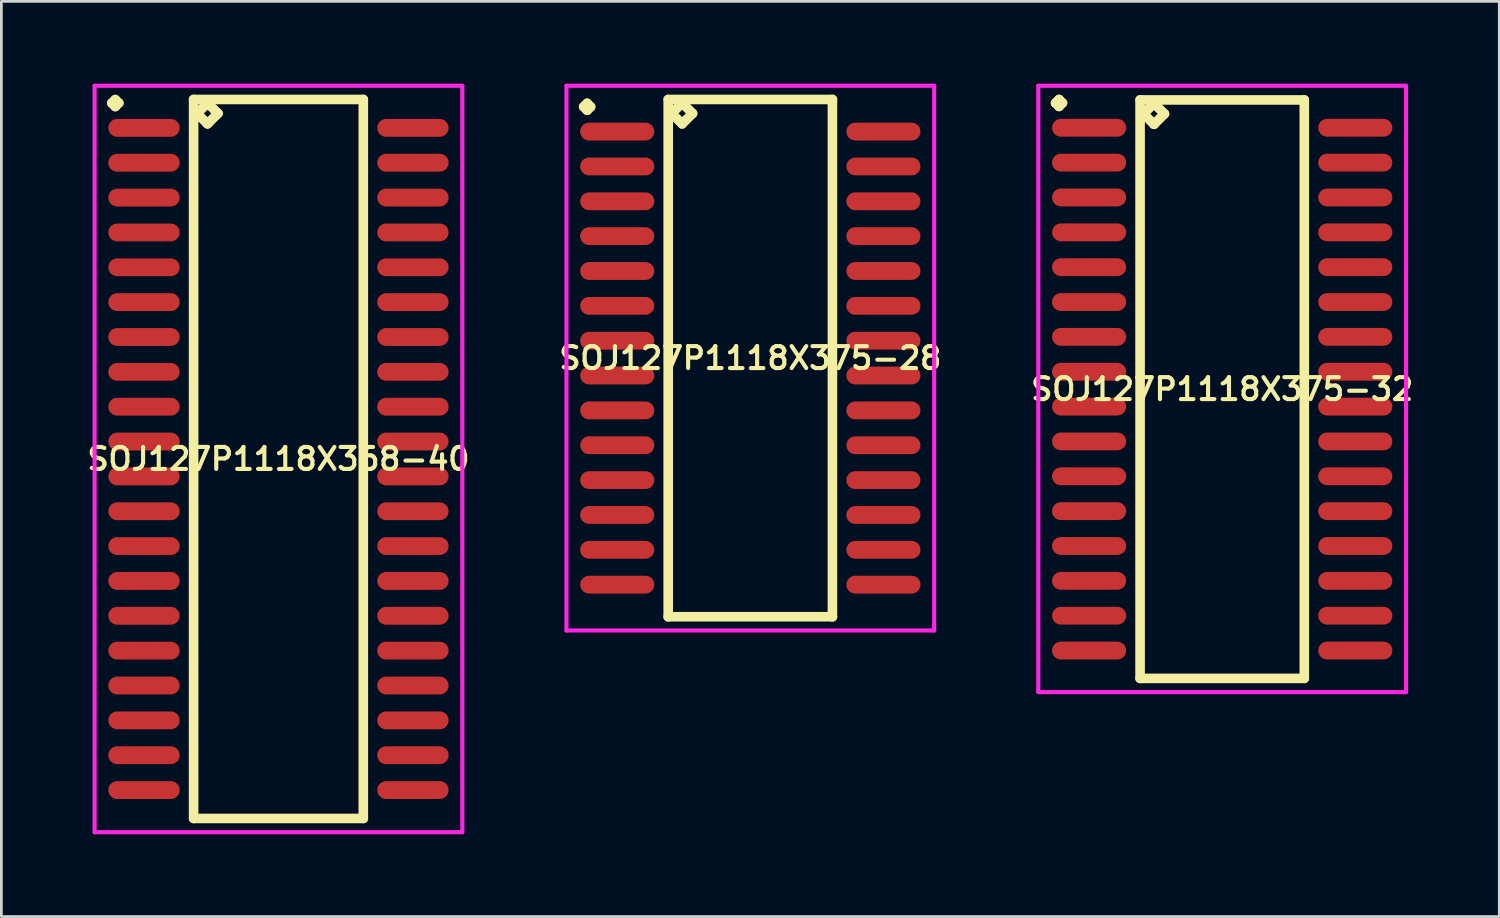
<source format=kicad_pcb>
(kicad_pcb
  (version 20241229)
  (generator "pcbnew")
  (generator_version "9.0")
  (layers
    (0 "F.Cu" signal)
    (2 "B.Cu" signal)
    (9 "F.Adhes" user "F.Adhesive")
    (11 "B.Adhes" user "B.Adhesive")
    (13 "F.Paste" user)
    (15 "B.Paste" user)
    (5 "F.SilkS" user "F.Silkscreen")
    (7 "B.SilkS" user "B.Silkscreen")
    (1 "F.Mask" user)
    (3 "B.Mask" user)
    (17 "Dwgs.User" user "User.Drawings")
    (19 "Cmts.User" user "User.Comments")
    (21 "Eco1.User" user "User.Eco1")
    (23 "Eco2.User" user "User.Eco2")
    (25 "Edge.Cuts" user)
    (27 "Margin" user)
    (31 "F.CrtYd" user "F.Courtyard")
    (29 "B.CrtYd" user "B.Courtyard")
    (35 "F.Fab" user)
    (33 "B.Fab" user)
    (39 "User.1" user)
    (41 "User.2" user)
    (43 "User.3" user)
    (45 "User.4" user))
  (footprint "SOJ127P1118X375-28"
    (layer "F.Cu")
    (at 24.292 10)
    (property "Reference" "SOJ127P1118X375-28" (at 0 0 0) (layer "F.SilkS") (effects (font (size 0.8 0.8) (thickness 0.15))))
    (attr smd)
    (fp_line (start -6.073 -9.159) (end -5.946 -9.286) (stroke (width 0.35) (type solid)) (layer "F.SilkS"))
    (fp_line (start -5.946 -9.286) (end -5.819 -9.159) (stroke (width 0.35) (type solid)) (layer "F.SilkS"))
    (fp_line (start -5.946 -9.032) (end -6.073 -9.159) (stroke (width 0.35) (type solid)) (layer "F.SilkS"))
    (fp_line (start -5.819 -9.159) (end -5.946 -9.032) (stroke (width 0.35) (type solid)) (layer "F.SilkS"))
    (fp_line (start -2.992 -9.425) (end -2.992 9.425) (stroke (width 0.35) (type solid)) (layer "F.SilkS"))
    (fp_line (start -2.992 9.425) (end 2.992 9.425) (stroke (width 0.35) (type solid)) (layer "F.SilkS"))
    (fp_line (start -2.865 -8.917) (end -2.484 -9.298) (stroke (width 0.35) (type solid)) (layer "F.SilkS"))
    (fp_line (start -2.484 -9.298) (end -2.103 -8.917) (stroke (width 0.35) (type solid)) (layer "F.SilkS"))
    (fp_line (start -2.484 -8.536) (end -2.865 -8.917) (stroke (width 0.35) (type solid)) (layer "F.SilkS"))
    (fp_line (start -2.103 -8.917) (end -2.484 -8.536) (stroke (width 0.35) (type solid)) (layer "F.SilkS"))
    (fp_line (start 2.992 -9.425) (end -2.992 -9.425) (stroke (width 0.35) (type solid)) (layer "F.SilkS"))
    (fp_line (start 2.992 9.425) (end 2.992 -9.425) (stroke (width 0.35) (type solid)) (layer "F.SilkS"))
    (fp_line (start -6.7 -9.925) (end 6.7 -9.925) (stroke (width 0.15) (type solid)) (layer "F.CrtYd"))
    (fp_line (start -6.7 9.925) (end -6.7 -9.925) (stroke (width 0.15) (type solid)) (layer "F.CrtYd"))
    (fp_line (start 6.7 -9.925) (end 6.7 9.925) (stroke (width 0.15) (type solid)) (layer "F.CrtYd"))
    (fp_line (start 6.7 9.925) (end -6.7 9.925) (stroke (width 0.15) (type solid)) (layer "F.CrtYd"))
    (pad "1" smd oval (at -4.85 -8.255) (size 2.7 0.65) (layers "F.Cu" "F.Mask" "F.Paste"))
    (pad "2" smd oval (at -4.85 -6.985) (size 2.7 0.65) (layers "F.Cu" "F.Mask" "F.Paste"))
    (pad "3" smd oval (at -4.85 -5.715) (size 2.7 0.65) (layers "F.Cu" "F.Mask" "F.Paste"))
    (pad "4" smd oval (at -4.85 -4.445) (size 2.7 0.65) (layers "F.Cu" "F.Mask" "F.Paste"))
    (pad "5" smd oval (at -4.85 -3.175) (size 2.7 0.65) (layers "F.Cu" "F.Mask" "F.Paste"))
    (pad "6" smd oval (at -4.85 -1.905) (size 2.7 0.65) (layers "F.Cu" "F.Mask" "F.Paste"))
    (pad "7" smd oval (at -4.85 -0.635) (size 2.7 0.65) (layers "F.Cu" "F.Mask" "F.Paste"))
    (pad "8" smd oval (at -4.85 0.635) (size 2.7 0.65) (layers "F.Cu" "F.Mask" "F.Paste"))
    (pad "9" smd oval (at -4.85 1.905) (size 2.7 0.65) (layers "F.Cu" "F.Mask" "F.Paste"))
    (pad "10" smd oval (at -4.85 3.175) (size 2.7 0.65) (layers "F.Cu" "F.Mask" "F.Paste"))
    (pad "11" smd oval (at -4.85 4.445) (size 2.7 0.65) (layers "F.Cu" "F.Mask" "F.Paste"))
    (pad "12" smd oval (at -4.85 5.715) (size 2.7 0.65) (layers "F.Cu" "F.Mask" "F.Paste"))
    (pad "13" smd oval (at -4.85 6.985) (size 2.7 0.65) (layers "F.Cu" "F.Mask" "F.Paste"))
    (pad "14" smd oval (at -4.85 8.255) (size 2.7 0.65) (layers "F.Cu" "F.Mask" "F.Paste"))
    (pad "15" smd oval (at 4.85 8.255) (size 2.7 0.65) (layers "F.Cu" "F.Mask" "F.Paste"))
    (pad "16" smd oval (at 4.85 6.985) (size 2.7 0.65) (layers "F.Cu" "F.Mask" "F.Paste"))
    (pad "17" smd oval (at 4.85 5.715) (size 2.7 0.65) (layers "F.Cu" "F.Mask" "F.Paste"))
    (pad "18" smd oval (at 4.85 4.445) (size 2.7 0.65) (layers "F.Cu" "F.Mask" "F.Paste"))
    (pad "19" smd oval (at 4.85 3.175) (size 2.7 0.65) (layers "F.Cu" "F.Mask" "F.Paste"))
    (pad "20" smd oval (at 4.85 1.905) (size 2.7 0.65) (layers "F.Cu" "F.Mask" "F.Paste"))
    (pad "21" smd oval (at 4.85 0.635) (size 2.7 0.65) (layers "F.Cu" "F.Mask" "F.Paste"))
    (pad "22" smd oval (at 4.85 -0.635) (size 2.7 0.65) (layers "F.Cu" "F.Mask" "F.Paste"))
    (pad "23" smd oval (at 4.85 -1.905) (size 2.7 0.65) (layers "F.Cu" "F.Mask" "F.Paste"))
    (pad "24" smd oval (at 4.85 -3.175) (size 2.7 0.65) (layers "F.Cu" "F.Mask" "F.Paste"))
    (pad "25" smd oval (at 4.85 -4.445) (size 2.7 0.65) (layers "F.Cu" "F.Mask" "F.Paste"))
    (pad "26" smd oval (at 4.85 -5.715) (size 2.7 0.65) (layers "F.Cu" "F.Mask" "F.Paste"))
    (pad "27" smd oval (at 4.85 -6.985) (size 2.7 0.65) (layers "F.Cu" "F.Mask" "F.Paste"))
    (pad "28" smd oval (at 4.85 -8.255) (size 2.7 0.65) (layers "F.Cu" "F.Mask" "F.Paste")))
  (footprint "SOJ127P1118X375-32"
    (layer "F.Cu")
    (at 41.487 11.131)
    (property "Reference" "SOJ127P1118X375-32" (at 0 0 0) (layer "F.SilkS") (effects (font (size 0.8 0.8) (thickness 0.15))))
    (attr smd)
    (fp_line (start -6.073 -10.429) (end -5.946 -10.556) (stroke (width 0.35) (type solid)) (layer "F.SilkS"))
    (fp_line (start -5.946 -10.556) (end -5.819 -10.429) (stroke (width 0.35) (type solid)) (layer "F.SilkS"))
    (fp_line (start -5.946 -10.302) (end -6.073 -10.429) (stroke (width 0.35) (type solid)) (layer "F.SilkS"))
    (fp_line (start -5.819 -10.429) (end -5.946 -10.302) (stroke (width 0.35) (type solid)) (layer "F.SilkS"))
    (fp_line (start -2.992 -10.54) (end -2.992 10.54) (stroke (width 0.35) (type solid)) (layer "F.SilkS"))
    (fp_line (start -2.992 10.54) (end 2.992 10.54) (stroke (width 0.35) (type solid)) (layer "F.SilkS"))
    (fp_line (start -2.865 -10.032) (end -2.484 -10.413) (stroke (width 0.35) (type solid)) (layer "F.SilkS"))
    (fp_line (start -2.484 -10.413) (end -2.103 -10.032) (stroke (width 0.35) (type solid)) (layer "F.SilkS"))
    (fp_line (start -2.484 -9.651) (end -2.865 -10.032) (stroke (width 0.35) (type solid)) (layer "F.SilkS"))
    (fp_line (start -2.103 -10.032) (end -2.484 -9.651) (stroke (width 0.35) (type solid)) (layer "F.SilkS"))
    (fp_line (start 2.992 -10.54) (end -2.992 -10.54) (stroke (width 0.35) (type solid)) (layer "F.SilkS"))
    (fp_line (start 2.992 10.54) (end 2.992 -10.54) (stroke (width 0.35) (type solid)) (layer "F.SilkS"))
    (fp_line (start -6.7 -11.056) (end 6.7 -11.056) (stroke (width 0.15) (type solid)) (layer "F.CrtYd"))
    (fp_line (start -6.7 11.04) (end -6.7 -11.056) (stroke (width 0.15) (type solid)) (layer "F.CrtYd"))
    (fp_line (start 6.7 -11.056) (end 6.7 11.04) (stroke (width 0.15) (type solid)) (layer "F.CrtYd"))
    (fp_line (start 6.7 11.04) (end -6.7 11.04) (stroke (width 0.15) (type solid)) (layer "F.CrtYd"))
    (pad "1" smd oval (at -4.85 -9.525) (size 2.7 0.65) (layers "F.Cu" "F.Mask" "F.Paste"))
    (pad "2" smd oval (at -4.85 -8.255) (size 2.7 0.65) (layers "F.Cu" "F.Mask" "F.Paste"))
    (pad "3" smd oval (at -4.85 -6.985) (size 2.7 0.65) (layers "F.Cu" "F.Mask" "F.Paste"))
    (pad "4" smd oval (at -4.85 -5.715) (size 2.7 0.65) (layers "F.Cu" "F.Mask" "F.Paste"))
    (pad "5" smd oval (at -4.85 -4.445) (size 2.7 0.65) (layers "F.Cu" "F.Mask" "F.Paste"))
    (pad "6" smd oval (at -4.85 -3.175) (size 2.7 0.65) (layers "F.Cu" "F.Mask" "F.Paste"))
    (pad "7" smd oval (at -4.85 -1.905) (size 2.7 0.65) (layers "F.Cu" "F.Mask" "F.Paste"))
    (pad "8" smd oval (at -4.85 -0.635) (size 2.7 0.65) (layers "F.Cu" "F.Mask" "F.Paste"))
    (pad "9" smd oval (at -4.85 0.635) (size 2.7 0.65) (layers "F.Cu" "F.Mask" "F.Paste"))
    (pad "10" smd oval (at -4.85 1.905) (size 2.7 0.65) (layers "F.Cu" "F.Mask" "F.Paste"))
    (pad "11" smd oval (at -4.85 3.175) (size 2.7 0.65) (layers "F.Cu" "F.Mask" "F.Paste"))
    (pad "12" smd oval (at -4.85 4.445) (size 2.7 0.65) (layers "F.Cu" "F.Mask" "F.Paste"))
    (pad "13" smd oval (at -4.85 5.715) (size 2.7 0.65) (layers "F.Cu" "F.Mask" "F.Paste"))
    (pad "14" smd oval (at -4.85 6.985) (size 2.7 0.65) (layers "F.Cu" "F.Mask" "F.Paste"))
    (pad "15" smd oval (at -4.85 8.255) (size 2.7 0.65) (layers "F.Cu" "F.Mask" "F.Paste"))
    (pad "16" smd oval (at -4.85 9.525) (size 2.7 0.65) (layers "F.Cu" "F.Mask" "F.Paste"))
    (pad "17" smd oval (at 4.85 9.525) (size 2.7 0.65) (layers "F.Cu" "F.Mask" "F.Paste"))
    (pad "18" smd oval (at 4.85 8.255) (size 2.7 0.65) (layers "F.Cu" "F.Mask" "F.Paste"))
    (pad "19" smd oval (at 4.85 6.985) (size 2.7 0.65) (layers "F.Cu" "F.Mask" "F.Paste"))
    (pad "20" smd oval (at 4.85 5.715) (size 2.7 0.65) (layers "F.Cu" "F.Mask" "F.Paste"))
    (pad "21" smd oval (at 4.85 4.445) (size 2.7 0.65) (layers "F.Cu" "F.Mask" "F.Paste"))
    (pad "22" smd oval (at 4.85 3.175) (size 2.7 0.65) (layers "F.Cu" "F.Mask" "F.Paste"))
    (pad "23" smd oval (at 4.85 1.905) (size 2.7 0.65) (layers "F.Cu" "F.Mask" "F.Paste"))
    (pad "24" smd oval (at 4.85 0.635) (size 2.7 0.65) (layers "F.Cu" "F.Mask" "F.Paste"))
    (pad "25" smd oval (at 4.85 -0.635) (size 2.7 0.65) (layers "F.Cu" "F.Mask" "F.Paste"))
    (pad "26" smd oval (at 4.85 -1.905) (size 2.7 0.65) (layers "F.Cu" "F.Mask" "F.Paste"))
    (pad "27" smd oval (at 4.85 -3.175) (size 2.7 0.65) (layers "F.Cu" "F.Mask" "F.Paste"))
    (pad "28" smd oval (at 4.85 -4.445) (size 2.7 0.65) (layers "F.Cu" "F.Mask" "F.Paste"))
    (pad "29" smd oval (at 4.85 -5.715) (size 2.7 0.65) (layers "F.Cu" "F.Mask" "F.Paste"))
    (pad "30" smd oval (at 4.85 -6.985) (size 2.7 0.65) (layers "F.Cu" "F.Mask" "F.Paste"))
    (pad "31" smd oval (at 4.85 -8.255) (size 2.7 0.65) (layers "F.Cu" "F.Mask" "F.Paste"))
    (pad "32" smd oval (at 4.85 -9.525) (size 2.7 0.65) (layers "F.Cu" "F.Mask" "F.Paste")))
  (footprint "SOJ127P1118X368-40"
    (layer "F.Cu")
    (at 7.097 13.675)
    (property "Reference" "SOJ127P1118X368-40" (at 0 0 0) (layer "F.SilkS") (effects (font (size 0.8 0.8) (thickness 0.15))))
    (attr smd)
    (fp_line (start -6.073 -12.969) (end -5.946 -13.096) (stroke (width 0.35) (type solid)) (layer "F.SilkS"))
    (fp_line (start -5.946 -13.096) (end -5.819 -12.969) (stroke (width 0.35) (type solid)) (layer "F.SilkS"))
    (fp_line (start -5.946 -12.842) (end -6.073 -12.969) (stroke (width 0.35) (type solid)) (layer "F.SilkS"))
    (fp_line (start -5.819 -12.969) (end -5.946 -12.842) (stroke (width 0.35) (type solid)) (layer "F.SilkS"))
    (fp_line (start -3.092 -13.1) (end -3.092 13.1) (stroke (width 0.35) (type solid)) (layer "F.SilkS"))
    (fp_line (start -3.092 13.1) (end 3.092 13.1) (stroke (width 0.35) (type solid)) (layer "F.SilkS"))
    (fp_line (start -2.965 -12.592) (end -2.584 -12.973) (stroke (width 0.35) (type solid)) (layer "F.SilkS"))
    (fp_line (start -2.584 -12.973) (end -2.203 -12.592) (stroke (width 0.35) (type solid)) (layer "F.SilkS"))
    (fp_line (start -2.584 -12.211) (end -2.965 -12.592) (stroke (width 0.35) (type solid)) (layer "F.SilkS"))
    (fp_line (start -2.203 -12.592) (end -2.584 -12.211) (stroke (width 0.35) (type solid)) (layer "F.SilkS"))
    (fp_line (start 3.092 -13.1) (end -3.092 -13.1) (stroke (width 0.35) (type solid)) (layer "F.SilkS"))
    (fp_line (start 3.092 13.1) (end 3.092 -13.1) (stroke (width 0.35) (type solid)) (layer "F.SilkS"))
    (fp_line (start -6.7 -13.6) (end 6.7 -13.6) (stroke (width 0.15) (type solid)) (layer "F.CrtYd"))
    (fp_line (start -6.7 13.6) (end -6.7 -13.6) (stroke (width 0.15) (type solid)) (layer "F.CrtYd"))
    (fp_line (start 6.7 -13.6) (end 6.7 13.6) (stroke (width 0.15) (type solid)) (layer "F.CrtYd"))
    (fp_line (start 6.7 13.6) (end -6.7 13.6) (stroke (width 0.15) (type solid)) (layer "F.CrtYd"))
    (pad "1" smd oval (at -4.9 -12.065) (size 2.6 0.65) (layers "F.Cu" "F.Mask" "F.Paste"))
    (pad "2" smd oval (at -4.9 -10.795) (size 2.6 0.65) (layers "F.Cu" "F.Mask" "F.Paste"))
    (pad "3" smd oval (at -4.9 -9.525) (size 2.6 0.65) (layers "F.Cu" "F.Mask" "F.Paste"))
    (pad "4" smd oval (at -4.9 -8.255) (size 2.6 0.65) (layers "F.Cu" "F.Mask" "F.Paste"))
    (pad "5" smd oval (at -4.9 -6.985) (size 2.6 0.65) (layers "F.Cu" "F.Mask" "F.Paste"))
    (pad "6" smd oval (at -4.9 -5.715) (size 2.6 0.65) (layers "F.Cu" "F.Mask" "F.Paste"))
    (pad "7" smd oval (at -4.9 -4.445) (size 2.6 0.65) (layers "F.Cu" "F.Mask" "F.Paste"))
    (pad "8" smd oval (at -4.9 -3.175) (size 2.6 0.65) (layers "F.Cu" "F.Mask" "F.Paste"))
    (pad "9" smd oval (at -4.9 -1.905) (size 2.6 0.65) (layers "F.Cu" "F.Mask" "F.Paste"))
    (pad "10" smd oval (at -4.9 -0.635) (size 2.6 0.65) (layers "F.Cu" "F.Mask" "F.Paste"))
    (pad "11" smd oval (at -4.9 0.635) (size 2.6 0.65) (layers "F.Cu" "F.Mask" "F.Paste"))
    (pad "12" smd oval (at -4.9 1.905) (size 2.6 0.65) (layers "F.Cu" "F.Mask" "F.Paste"))
    (pad "13" smd oval (at -4.9 3.175) (size 2.6 0.65) (layers "F.Cu" "F.Mask" "F.Paste"))
    (pad "14" smd oval (at -4.9 4.445) (size 2.6 0.65) (layers "F.Cu" "F.Mask" "F.Paste"))
    (pad "15" smd oval (at -4.9 5.715) (size 2.6 0.65) (layers "F.Cu" "F.Mask" "F.Paste"))
    (pad "16" smd oval (at -4.9 6.985) (size 2.6 0.65) (layers "F.Cu" "F.Mask" "F.Paste"))
    (pad "17" smd oval (at -4.9 8.255) (size 2.6 0.65) (layers "F.Cu" "F.Mask" "F.Paste"))
    (pad "18" smd oval (at -4.9 9.525) (size 2.6 0.65) (layers "F.Cu" "F.Mask" "F.Paste"))
    (pad "19" smd oval (at -4.9 10.795) (size 2.6 0.65) (layers "F.Cu" "F.Mask" "F.Paste"))
    (pad "20" smd oval (at -4.9 12.065) (size 2.6 0.65) (layers "F.Cu" "F.Mask" "F.Paste"))
    (pad "21" smd oval (at 4.9 12.065) (size 2.6 0.65) (layers "F.Cu" "F.Mask" "F.Paste"))
    (pad "22" smd oval (at 4.9 10.795) (size 2.6 0.65) (layers "F.Cu" "F.Mask" "F.Paste"))
    (pad "23" smd oval (at 4.9 9.525) (size 2.6 0.65) (layers "F.Cu" "F.Mask" "F.Paste"))
    (pad "24" smd oval (at 4.9 8.255) (size 2.6 0.65) (layers "F.Cu" "F.Mask" "F.Paste"))
    (pad "25" smd oval (at 4.9 6.985) (size 2.6 0.65) (layers "F.Cu" "F.Mask" "F.Paste"))
    (pad "26" smd oval (at 4.9 5.715) (size 2.6 0.65) (layers "F.Cu" "F.Mask" "F.Paste"))
    (pad "27" smd oval (at 4.9 4.445) (size 2.6 0.65) (layers "F.Cu" "F.Mask" "F.Paste"))
    (pad "28" smd oval (at 4.9 3.175) (size 2.6 0.65) (layers "F.Cu" "F.Mask" "F.Paste"))
    (pad "29" smd oval (at 4.9 1.905) (size 2.6 0.65) (layers "F.Cu" "F.Mask" "F.Paste"))
    (pad "30" smd oval (at 4.9 0.635) (size 2.6 0.65) (layers "F.Cu" "F.Mask" "F.Paste"))
    (pad "31" smd oval (at 4.9 -0.635) (size 2.6 0.65) (layers "F.Cu" "F.Mask" "F.Paste"))
    (pad "32" smd oval (at 4.9 -1.905) (size 2.6 0.65) (layers "F.Cu" "F.Mask" "F.Paste"))
    (pad "33" smd oval (at 4.9 -3.175) (size 2.6 0.65) (layers "F.Cu" "F.Mask" "F.Paste"))
    (pad "34" smd oval (at 4.9 -4.445) (size 2.6 0.65) (layers "F.Cu" "F.Mask" "F.Paste"))
    (pad "35" smd oval (at 4.9 -5.715) (size 2.6 0.65) (layers "F.Cu" "F.Mask" "F.Paste"))
    (pad "36" smd oval (at 4.9 -6.985) (size 2.6 0.65) (layers "F.Cu" "F.Mask" "F.Paste"))
    (pad "37" smd oval (at 4.9 -8.255) (size 2.6 0.65) (layers "F.Cu" "F.Mask" "F.Paste"))
    (pad "38" smd oval (at 4.9 -9.525) (size 2.6 0.65) (layers "F.Cu" "F.Mask" "F.Paste"))
    (pad "39" smd oval (at 4.9 -10.795) (size 2.6 0.65) (layers "F.Cu" "F.Mask" "F.Paste"))
    (pad "40" smd oval (at 4.9 -12.065) (size 2.6 0.65) (layers "F.Cu" "F.Mask" "F.Paste")))
  (gr_rect
    (start -3 -3)
    (end 51.584 30.35)
    (stroke (width 0.1) (type default))
    (fill no)
    (layer "Edge.Cuts")))
</source>
